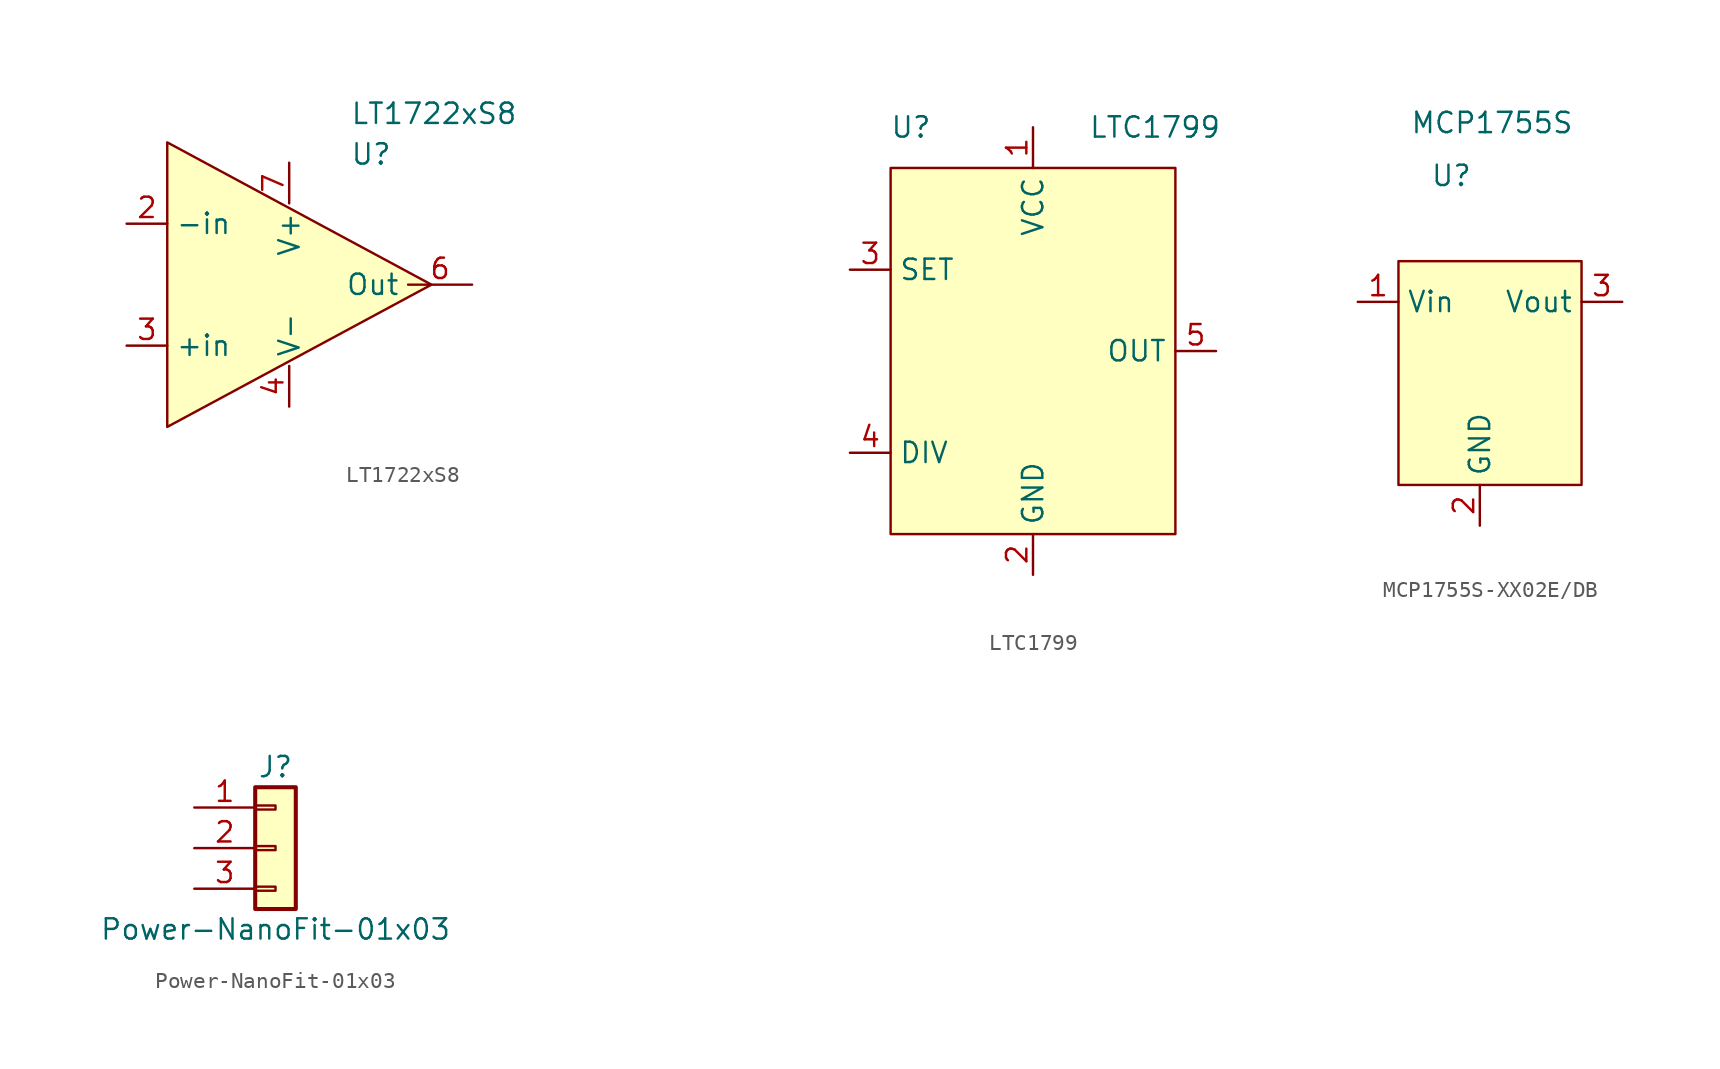
<source format=kicad_sym>
(kicad_symbol_lib
  (version 20231120)
  (generator "kicad_symbol_editor")
  (generator_version "8.0")
  (symbol "LT1722xS8"
    (property "Reference" "U"
      (at 2.54 8.89 0)
      (effects (font (size 1.27 1.27)) (justify left top)))
    (property "Value" "LT1722xS8"
      (at 2.54 11.43 0)
      (effects (font (size 1.27 1.27)) (justify left top)))
    (symbol "LT1722xS8_0_0"
      (pin no_connect non_logic (at 15.24 8.89 270) (length 2.54) hide (name "NC" (effects (font (size 1.27 1.27)))) (number "1" (effects (font (size 1.27 1.27)))))
      (pin no_connect non_logic (at 22.86 8.89 270) (length 2.54) hide (name "NC" (effects (font (size 1.27 1.27)))) (number "5" (effects (font (size 1.27 1.27)))))
      (pin no_connect non_logic (at 17.78 8.89 270) (length 2.54) hide (name "NC" (effects (font (size 1.27 1.27)))) (number "8" (effects (font (size 1.27 1.27))))))
    (symbol "LT1722xS8_0_1"
      (polyline (pts (xy -8.89 8.89) (xy 7.62 0) (xy -8.89 -8.89) (xy -8.89 8.89)) (stroke (width 0) (type default)) (fill (type background))))
    (symbol "LT1722xS8_1_1"
      (pin input line (at -11.43 3.81 0) (length 2.54) (name "-in" (effects (font (size 1.27 1.27)))) (number "2" (effects (font (size 1.27 1.27)))))
      (pin input line (at -11.43 -3.81 0) (length 2.54) (name "+in" (effects (font (size 1.27 1.27)))) (number "3" (effects (font (size 1.27 1.27)))))
      (pin power_in line (at -1.27 -7.62 90) (length 2.54) (name "V-" (effects (font (size 1.27 1.27)))) (number "4" (effects (font (size 1.27 1.27)))))
      (pin output line (at 10.16 0 180) (length 4) (name "Out" (effects (font (size 1.27 1.27)))) (number "6" (effects (font (size 1.27 1.27)))))
      (pin power_in line (at -1.27 7.62 270) (length 2.54) (name "V+" (effects (font (size 1.27 1.27)))) (number "7" (effects (font (size 1.27 1.27)))))))
  (symbol "LTC1799"
    (property "Reference" "U"
      (at -7.62 13.97 0)
      (effects (font (size 1.27 1.27))))
    (property "Value" "LTC1799"
      (at 7.62 13.97 0)
      (effects (font (size 1.27 1.27))))
    (symbol "LTC1799_0_1"
      (rectangle (start -8.89 11.43) (end 8.89 -11.43) (stroke (width 0) (type default)) (fill (type background))))
    (symbol "LTC1799_1_1"
      (pin power_in line (at 0 13.97 270) (length 2.54) (name "VCC" (effects (font (size 1.27 1.27)))) (number "1" (effects (font (size 1.27 1.27)))))
      (pin power_in line (at 0 -13.97 90) (length 2.54) (name "GND" (effects (font (size 1.27 1.27)))) (number "2" (effects (font (size 1.27 1.27)))))
      (pin input line (at -11.43 5.08 0) (length 2.54) (name "SET" (effects (font (size 1.27 1.27)))) (number "3" (effects (font (size 1.27 1.27)))))
      (pin input line (at -11.43 -6.35 0) (length 2.54) (name "DIV" (effects (font (size 1.27 1.27)))) (number "4" (effects (font (size 1.27 1.27)))))
      (pin output line (at 11.43 0 180) (length 2.54) (name "OUT" (effects (font (size 1.27 1.27)))) (number "5" (effects (font (size 1.27 1.27)))))))
  (symbol "MCP1755S-XX02E/DB"
    (property "Reference" "U"
      (at -1.778 11.684 0)
      (effects (font (size 1.27 1.27))))
    (property "Value" "MCP1755S"
      (at 0.762 14.986 0)
      (effects (font (size 1.27 1.27))))
    (symbol "MCP1755S-XX02E/DB_1_1"
      (rectangle (start -5.08 6.35) (end 6.35 -7.62) (stroke (width 0) (type default)) (fill (type background)))
      (pin power_in line (at -7.62 3.81 0) (length 2.54) (name "Vin" (effects (font (size 1.27 1.27)))) (number "1" (effects (font (size 1.27 1.27)))))
      (pin power_in line (at 0 -10.16 90) (length 2.54) (name "GND" (effects (font (size 1.27 1.27)))) (number "2" (effects (font (size 1.27 1.27)))))
      (pin power_out line (at 8.89 3.81 180) (length 2.54) (name "Vout" (effects (font (size 1.27 1.27)))) (number "3" (effects (font (size 1.27 1.27)))))))
  (symbol "Power-NanoFit-01x03"
    (pin_names
      (offset 1.016) hide)
    (property "Reference" "J"
      (at 0 5.08 0)
      (effects (font (size 1.27 1.27))))
    (property "Value" "Power-NanoFit-01x03"
      (at 0 -5.08 0)
      (effects (font (size 1.27 1.27))))
    (symbol "Power-NanoFit-01x03_1_1"
      (rectangle (start -1.27 -2.413) (end 0 -2.667) (stroke (width 0.152) (type default)) (fill (type none)))
      (rectangle (start -1.27 0.127) (end 0 -0.127) (stroke (width 0.152) (type default)) (fill (type none)))
      (rectangle (start -1.27 2.667) (end 0 2.413) (stroke (width 0.152) (type default)) (fill (type none)))
      (rectangle (start -1.27 3.81) (end 1.27 -3.81) (stroke (width 0.254) (type default)) (fill (type background)))
      (pin power_out line (at -5.08 2.54 0) (length 3.81) (name "Pin_1" (effects (font (size 1.27 1.27)))) (number "1" (effects (font (size 1.27 1.27)))))
      (pin power_out line (at -5.08 0 0) (length 3.81) (name "Pin_2" (effects (font (size 1.27 1.27)))) (number "2" (effects (font (size 1.27 1.27)))))
      (pin power_out line (at -5.08 -2.54 0) (length 3.81) (name "Pin_3" (effects (font (size 1.27 1.27)))) (number "3" (effects (font (size 1.27 1.27))))))))
</source>
